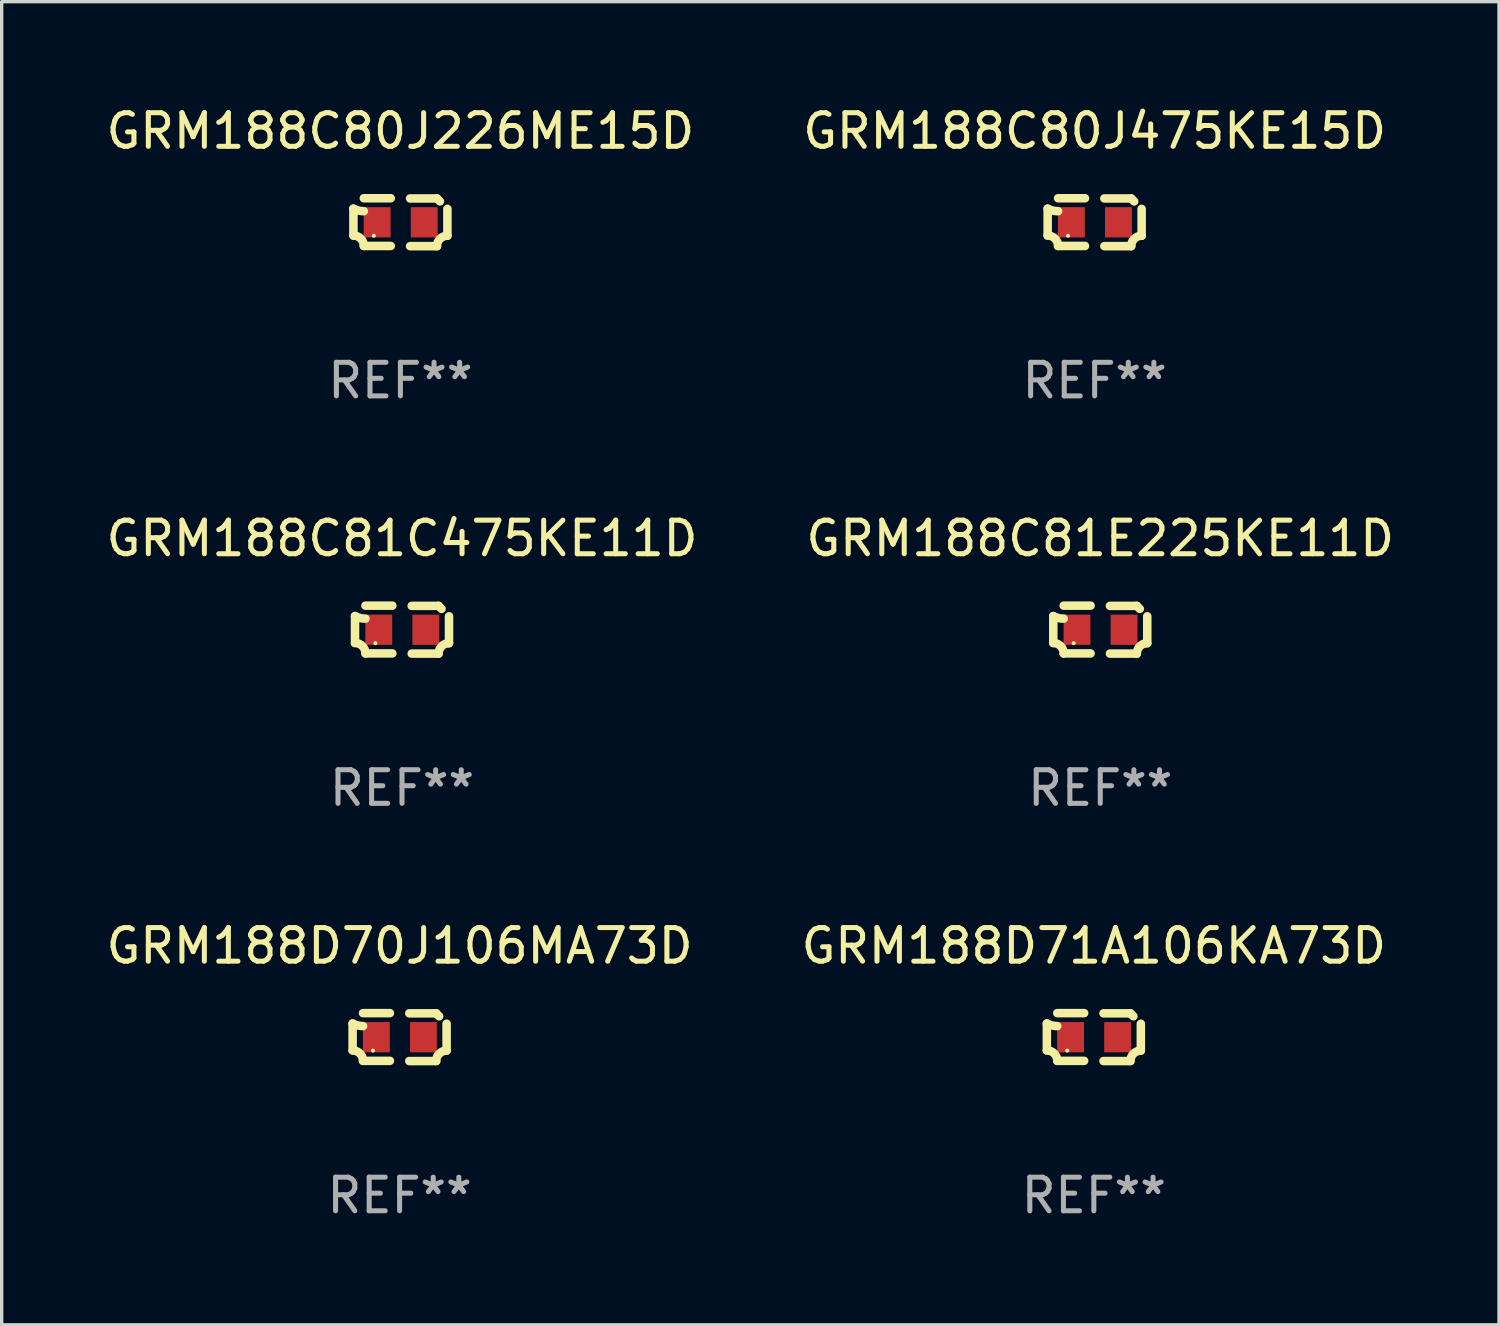
<source format=kicad_pcb>
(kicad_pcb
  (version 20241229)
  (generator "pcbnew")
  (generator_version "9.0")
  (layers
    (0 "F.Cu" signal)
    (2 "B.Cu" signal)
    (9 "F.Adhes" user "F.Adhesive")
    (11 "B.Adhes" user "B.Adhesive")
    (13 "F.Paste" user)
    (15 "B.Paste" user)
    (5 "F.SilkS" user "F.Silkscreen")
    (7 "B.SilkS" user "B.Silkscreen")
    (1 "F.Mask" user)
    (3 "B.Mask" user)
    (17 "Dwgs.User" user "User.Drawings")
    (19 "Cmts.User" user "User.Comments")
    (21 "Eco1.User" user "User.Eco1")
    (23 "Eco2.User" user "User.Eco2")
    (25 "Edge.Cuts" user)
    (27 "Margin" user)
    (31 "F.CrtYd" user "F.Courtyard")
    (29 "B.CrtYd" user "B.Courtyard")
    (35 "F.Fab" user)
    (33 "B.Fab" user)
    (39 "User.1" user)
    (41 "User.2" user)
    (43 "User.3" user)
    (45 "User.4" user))
  (footprint "GRM188C81C475KE11D"
    (layer "F.Cu")
    (at 8.911 15.683)
    (property "Reference" "GRM188C81C475KE11D" (at 0 -2.713 0) (layer "F.SilkS") (effects (font (size 1 1) (thickness 0.15))))
    (attr through_hole)
    (fp_line (start -1.398 -0.403) (end -1.398 0.397) (stroke (width 0.254) (type solid)) (layer "F.SilkS"))
    (fp_line (start -0.288 -0.713) (end -1.088 -0.713) (stroke (width 0.254) (type solid)) (layer "F.SilkS"))
    (fp_line (start -0.288 0.707) (end -1.088 0.707) (stroke (width 0.254) (type solid)) (layer "F.SilkS"))
    (fp_line (start 0.288 -0.707) (end 1.088 -0.707) (stroke (width 0.254) (type solid)) (layer "F.SilkS"))
    (fp_line (start 0.288 0.713) (end 1.088 0.713) (stroke (width 0.254) (type solid)) (layer "F.SilkS"))
    (fp_line (start 1.398 -0.397) (end 1.398 0.403) (stroke (width 0.254) (type solid)) (layer "F.SilkS"))
    (fp_arc (start -1.397789 0.397066) (mid -1.178701 0.487826) (end -1.08796 0.706922) (stroke (width 0.254001) (type solid)) (layer "F.SilkS"))
    (fp_arc (start -1.08796 -0.327176) (mid -1.247436 -0.346384) (end -1.39779 -0.402908) (stroke (width 0.254001) (type solid)) (layer "F.SilkS"))
    (fp_arc (start 1.087909 0.712738) (mid 1.178656 0.493655) (end 1.397739 0.402908) (stroke (width 0.254001) (type solid)) (layer "F.SilkS"))
    (fp_arc (start 1.175925 -0.618926) (mid 1.131917 -0.662923) (end 1.08791 -0.706922) (stroke (width 0.254001) (type solid)) (layer "F.SilkS"))
    (fp_circle (center -0.792 0.403) (end -0.762 0.403) (stroke (width 0.06) (type solid)) (fill no) (layer "F.SilkS"))
    (fp_text user "REF**" (at 0 4.713 0) (layer "F.Fab") (effects (font (size 1 1) (thickness 0.15))))
    (pad "1" smd rect (at -0.692 0.003) (size 0.8 0.9) (layers "F.Cu" "F.Mask" "F.Paste"))
    (pad "2" smd rect (at 0.708 0.003) (size 0.8 0.9) (layers "F.Cu" "F.Mask" "F.Paste")))
  (footprint "GRM188D71A106KA73D"
    (layer "F.Cu")
    (at 29.494 27.805)
    (property "Reference" "GRM188D71A106KA73D" (at 0 -2.713 0) (layer "F.SilkS") (effects (font (size 1 1) (thickness 0.15))))
    (attr through_hole)
    (fp_line (start -1.398 -0.403) (end -1.398 0.397) (stroke (width 0.254) (type solid)) (layer "F.SilkS"))
    (fp_line (start -0.288 -0.713) (end -1.088 -0.713) (stroke (width 0.254) (type solid)) (layer "F.SilkS"))
    (fp_line (start -0.288 0.707) (end -1.088 0.707) (stroke (width 0.254) (type solid)) (layer "F.SilkS"))
    (fp_line (start 0.288 -0.707) (end 1.088 -0.707) (stroke (width 0.254) (type solid)) (layer "F.SilkS"))
    (fp_line (start 0.288 0.713) (end 1.088 0.713) (stroke (width 0.254) (type solid)) (layer "F.SilkS"))
    (fp_line (start 1.398 -0.397) (end 1.398 0.403) (stroke (width 0.254) (type solid)) (layer "F.SilkS"))
    (fp_arc (start -1.397789 0.397066) (mid -1.178701 0.487826) (end -1.08796 0.706922) (stroke (width 0.254001) (type solid)) (layer "F.SilkS"))
    (fp_arc (start -1.08796 -0.327176) (mid -1.247436 -0.346384) (end -1.39779 -0.402908) (stroke (width 0.254001) (type solid)) (layer "F.SilkS"))
    (fp_arc (start 1.087909 0.712738) (mid 1.178656 0.493655) (end 1.397739 0.402908) (stroke (width 0.254001) (type solid)) (layer "F.SilkS"))
    (fp_arc (start 1.175925 -0.618926) (mid 1.131917 -0.662923) (end 1.08791 -0.706922) (stroke (width 0.254001) (type solid)) (layer "F.SilkS"))
    (fp_circle (center -0.792 0.403) (end -0.762 0.403) (stroke (width 0.06) (type solid)) (fill no) (layer "F.SilkS"))
    (fp_text user "REF**" (at 0 4.713 0) (layer "F.Fab") (effects (font (size 1 1) (thickness 0.15))))
    (pad "1" smd rect (at -0.692 0.003) (size 0.8 0.9) (layers "F.Cu" "F.Mask" "F.Paste"))
    (pad "2" smd rect (at 0.708 0.003) (size 0.8 0.9) (layers "F.Cu" "F.Mask" "F.Paste")))
  (footprint "GRM188C80J226ME15D"
    (layer "F.Cu")
    (at 8.863 3.561)
    (property "Reference" "GRM188C80J226ME15D" (at 0 -2.713 0) (layer "F.SilkS") (effects (font (size 1 1) (thickness 0.15))))
    (attr through_hole)
    (fp_line (start -1.398 -0.403) (end -1.398 0.397) (stroke (width 0.254) (type solid)) (layer "F.SilkS"))
    (fp_line (start -0.288 -0.713) (end -1.088 -0.713) (stroke (width 0.254) (type solid)) (layer "F.SilkS"))
    (fp_line (start -0.288 0.707) (end -1.088 0.707) (stroke (width 0.254) (type solid)) (layer "F.SilkS"))
    (fp_line (start 0.288 -0.707) (end 1.088 -0.707) (stroke (width 0.254) (type solid)) (layer "F.SilkS"))
    (fp_line (start 0.288 0.713) (end 1.088 0.713) (stroke (width 0.254) (type solid)) (layer "F.SilkS"))
    (fp_line (start 1.398 -0.397) (end 1.398 0.403) (stroke (width 0.254) (type solid)) (layer "F.SilkS"))
    (fp_arc (start -1.397789 0.397066) (mid -1.178701 0.487826) (end -1.08796 0.706922) (stroke (width 0.254001) (type solid)) (layer "F.SilkS"))
    (fp_arc (start -1.08796 -0.327176) (mid -1.247436 -0.346384) (end -1.39779 -0.402908) (stroke (width 0.254001) (type solid)) (layer "F.SilkS"))
    (fp_arc (start 1.087909 0.712738) (mid 1.178656 0.493655) (end 1.397739 0.402908) (stroke (width 0.254001) (type solid)) (layer "F.SilkS"))
    (fp_arc (start 1.175925 -0.618926) (mid 1.131917 -0.662923) (end 1.08791 -0.706922) (stroke (width 0.254001) (type solid)) (layer "F.SilkS"))
    (fp_circle (center -0.792 0.403) (end -0.762 0.403) (stroke (width 0.06) (type solid)) (fill no) (layer "F.SilkS"))
    (fp_text user "REF**" (at 0 4.713 0) (layer "F.Fab") (effects (font (size 1 1) (thickness 0.15))))
    (pad "1" smd rect (at -0.692 0.003) (size 0.8 0.9) (layers "F.Cu" "F.Mask" "F.Paste"))
    (pad "2" smd rect (at 0.708 0.003) (size 0.8 0.9) (layers "F.Cu" "F.Mask" "F.Paste")))
  (footprint "GRM188C80J475KE15D"
    (layer "F.Cu")
    (at 29.518 3.561)
    (property "Reference" "GRM188C80J475KE15D" (at 0 -2.713 0) (layer "F.SilkS") (effects (font (size 1 1) (thickness 0.15))))
    (attr through_hole)
    (fp_line (start -1.398 -0.403) (end -1.398 0.397) (stroke (width 0.254) (type solid)) (layer "F.SilkS"))
    (fp_line (start -0.288 -0.713) (end -1.088 -0.713) (stroke (width 0.254) (type solid)) (layer "F.SilkS"))
    (fp_line (start -0.288 0.707) (end -1.088 0.707) (stroke (width 0.254) (type solid)) (layer "F.SilkS"))
    (fp_line (start 0.288 -0.707) (end 1.088 -0.707) (stroke (width 0.254) (type solid)) (layer "F.SilkS"))
    (fp_line (start 0.288 0.713) (end 1.088 0.713) (stroke (width 0.254) (type solid)) (layer "F.SilkS"))
    (fp_line (start 1.398 -0.397) (end 1.398 0.403) (stroke (width 0.254) (type solid)) (layer "F.SilkS"))
    (fp_arc (start -1.397789 0.397066) (mid -1.178701 0.487826) (end -1.08796 0.706922) (stroke (width 0.254001) (type solid)) (layer "F.SilkS"))
    (fp_arc (start -1.08796 -0.327176) (mid -1.247436 -0.346384) (end -1.39779 -0.402908) (stroke (width 0.254001) (type solid)) (layer "F.SilkS"))
    (fp_arc (start 1.087909 0.712738) (mid 1.178656 0.493655) (end 1.397739 0.402908) (stroke (width 0.254001) (type solid)) (layer "F.SilkS"))
    (fp_arc (start 1.175925 -0.618926) (mid 1.131917 -0.662923) (end 1.08791 -0.706922) (stroke (width 0.254001) (type solid)) (layer "F.SilkS"))
    (fp_circle (center -0.792 0.403) (end -0.762 0.403) (stroke (width 0.06) (type solid)) (fill no) (layer "F.SilkS"))
    (fp_text user "REF**" (at 0 4.713 0) (layer "F.Fab") (effects (font (size 1 1) (thickness 0.15))))
    (pad "1" smd rect (at -0.692 0.003) (size 0.8 0.9) (layers "F.Cu" "F.Mask" "F.Paste"))
    (pad "2" smd rect (at 0.708 0.003) (size 0.8 0.9) (layers "F.Cu" "F.Mask" "F.Paste")))
  (footprint "GRM188C81E225KE11D"
    (layer "F.Cu")
    (at 29.685 15.683)
    (property "Reference" "GRM188C81E225KE11D" (at 0 -2.713 0) (layer "F.SilkS") (effects (font (size 1 1) (thickness 0.15))))
    (attr through_hole)
    (fp_line (start -1.398 -0.403) (end -1.398 0.397) (stroke (width 0.254) (type solid)) (layer "F.SilkS"))
    (fp_line (start -0.288 -0.713) (end -1.088 -0.713) (stroke (width 0.254) (type solid)) (layer "F.SilkS"))
    (fp_line (start -0.288 0.707) (end -1.088 0.707) (stroke (width 0.254) (type solid)) (layer "F.SilkS"))
    (fp_line (start 0.288 -0.707) (end 1.088 -0.707) (stroke (width 0.254) (type solid)) (layer "F.SilkS"))
    (fp_line (start 0.288 0.713) (end 1.088 0.713) (stroke (width 0.254) (type solid)) (layer "F.SilkS"))
    (fp_line (start 1.398 -0.397) (end 1.398 0.403) (stroke (width 0.254) (type solid)) (layer "F.SilkS"))
    (fp_arc (start -1.397789 0.397066) (mid -1.178701 0.487826) (end -1.08796 0.706922) (stroke (width 0.254001) (type solid)) (layer "F.SilkS"))
    (fp_arc (start -1.08796 -0.327176) (mid -1.247436 -0.346384) (end -1.39779 -0.402908) (stroke (width 0.254001) (type solid)) (layer "F.SilkS"))
    (fp_arc (start 1.087909 0.712738) (mid 1.178656 0.493655) (end 1.397739 0.402908) (stroke (width 0.254001) (type solid)) (layer "F.SilkS"))
    (fp_arc (start 1.175925 -0.618926) (mid 1.131917 -0.662923) (end 1.08791 -0.706922) (stroke (width 0.254001) (type solid)) (layer "F.SilkS"))
    (fp_circle (center -0.792 0.403) (end -0.762 0.403) (stroke (width 0.06) (type solid)) (fill no) (layer "F.SilkS"))
    (fp_text user "REF**" (at 0 4.713 0) (layer "F.Fab") (effects (font (size 1 1) (thickness 0.15))))
    (pad "1" smd rect (at -0.692 0.003) (size 0.8 0.9) (layers "F.Cu" "F.Mask" "F.Paste"))
    (pad "2" smd rect (at 0.708 0.003) (size 0.8 0.9) (layers "F.Cu" "F.Mask" "F.Paste")))
  (footprint "GRM188D70J106MA73D"
    (layer "F.Cu")
    (at 8.839 27.805)
    (property "Reference" "GRM188D70J106MA73D" (at 0 -2.713 0) (layer "F.SilkS") (effects (font (size 1 1) (thickness 0.15))))
    (attr through_hole)
    (fp_line (start -1.398 -0.403) (end -1.398 0.397) (stroke (width 0.254) (type solid)) (layer "F.SilkS"))
    (fp_line (start -0.288 -0.713) (end -1.088 -0.713) (stroke (width 0.254) (type solid)) (layer "F.SilkS"))
    (fp_line (start -0.288 0.707) (end -1.088 0.707) (stroke (width 0.254) (type solid)) (layer "F.SilkS"))
    (fp_line (start 0.288 -0.707) (end 1.088 -0.707) (stroke (width 0.254) (type solid)) (layer "F.SilkS"))
    (fp_line (start 0.288 0.713) (end 1.088 0.713) (stroke (width 0.254) (type solid)) (layer "F.SilkS"))
    (fp_line (start 1.398 -0.397) (end 1.398 0.403) (stroke (width 0.254) (type solid)) (layer "F.SilkS"))
    (fp_arc (start -1.397789 0.397066) (mid -1.178701 0.487826) (end -1.08796 0.706922) (stroke (width 0.254001) (type solid)) (layer "F.SilkS"))
    (fp_arc (start -1.08796 -0.327176) (mid -1.247436 -0.346384) (end -1.39779 -0.402908) (stroke (width 0.254001) (type solid)) (layer "F.SilkS"))
    (fp_arc (start 1.087909 0.712738) (mid 1.178656 0.493655) (end 1.397739 0.402908) (stroke (width 0.254001) (type solid)) (layer "F.SilkS"))
    (fp_arc (start 1.175925 -0.618926) (mid 1.131917 -0.662923) (end 1.08791 -0.706922) (stroke (width 0.254001) (type solid)) (layer "F.SilkS"))
    (fp_circle (center -0.792 0.403) (end -0.762 0.403) (stroke (width 0.06) (type solid)) (fill no) (layer "F.SilkS"))
    (fp_text user "REF**" (at 0 4.713 0) (layer "F.Fab") (effects (font (size 1 1) (thickness 0.15))))
    (pad "1" smd rect (at -0.692 0.003) (size 0.8 0.9) (layers "F.Cu" "F.Mask" "F.Paste"))
    (pad "2" smd rect (at 0.708 0.003) (size 0.8 0.9) (layers "F.Cu" "F.Mask" "F.Paste")))
  (gr_rect
    (start -3 -3)
    (end 41.548 36.366)
    (stroke (width 0.1) (type default))
    (fill no)
    (layer "Edge.Cuts")))
</source>
